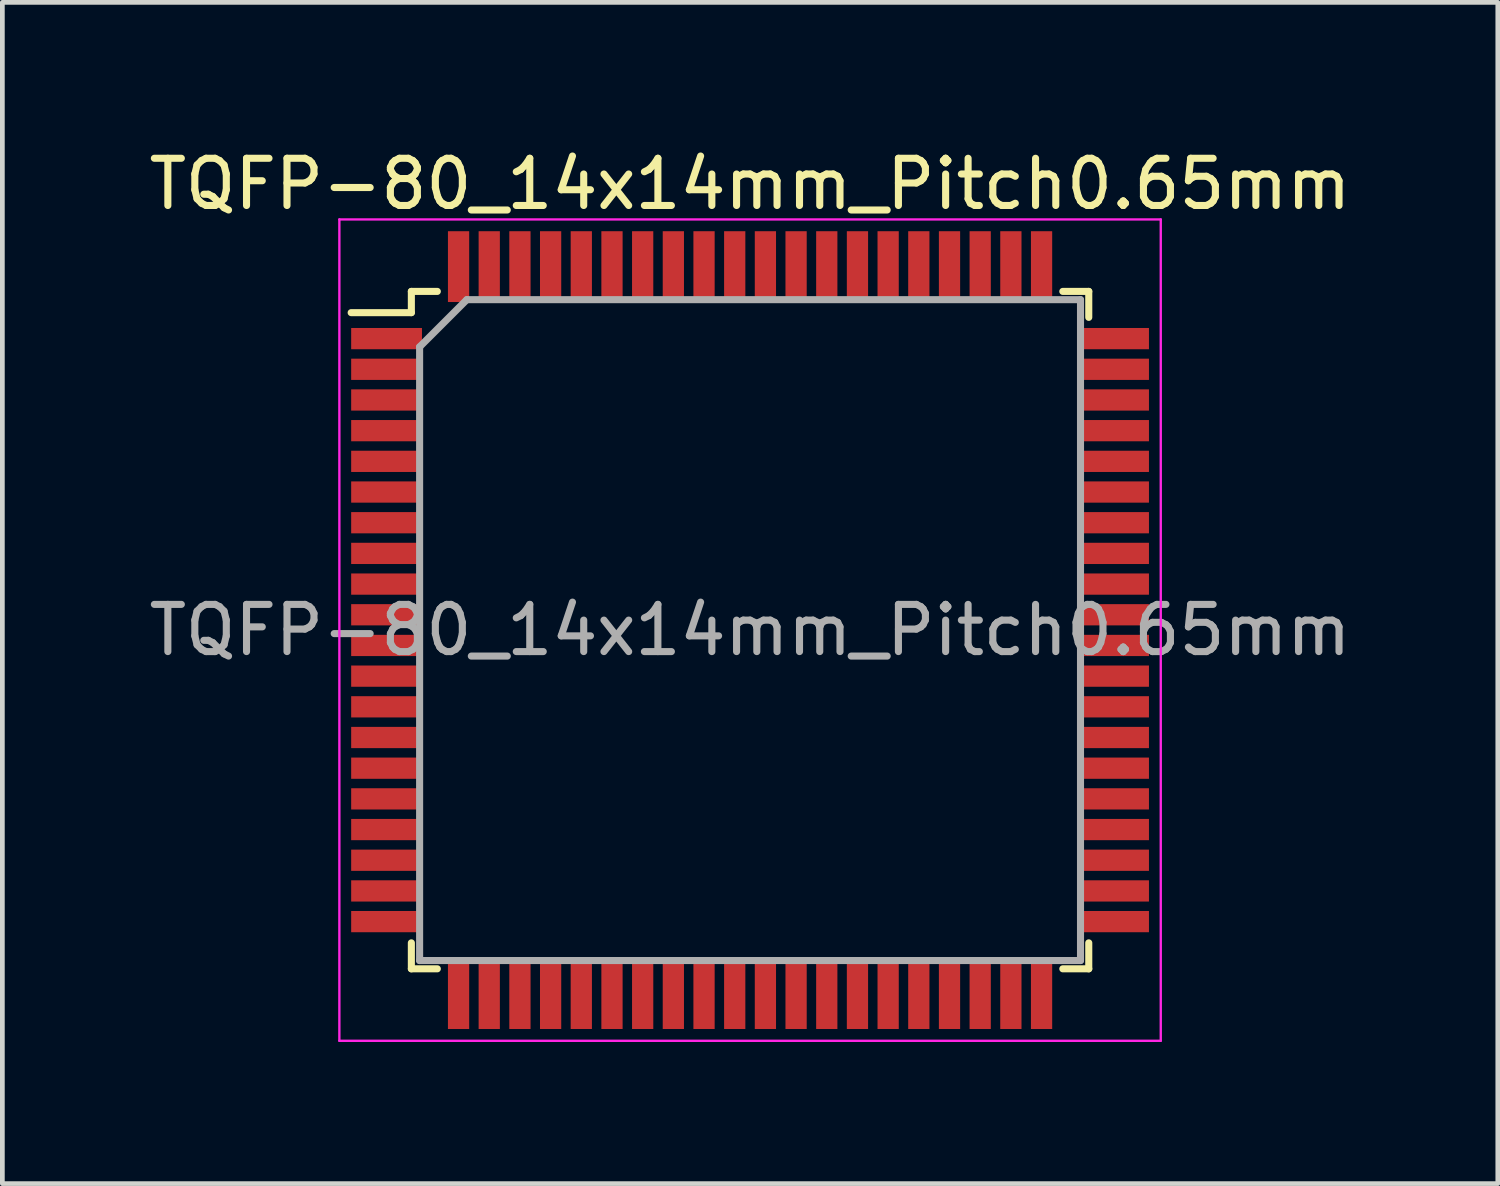
<source format=kicad_pcb>
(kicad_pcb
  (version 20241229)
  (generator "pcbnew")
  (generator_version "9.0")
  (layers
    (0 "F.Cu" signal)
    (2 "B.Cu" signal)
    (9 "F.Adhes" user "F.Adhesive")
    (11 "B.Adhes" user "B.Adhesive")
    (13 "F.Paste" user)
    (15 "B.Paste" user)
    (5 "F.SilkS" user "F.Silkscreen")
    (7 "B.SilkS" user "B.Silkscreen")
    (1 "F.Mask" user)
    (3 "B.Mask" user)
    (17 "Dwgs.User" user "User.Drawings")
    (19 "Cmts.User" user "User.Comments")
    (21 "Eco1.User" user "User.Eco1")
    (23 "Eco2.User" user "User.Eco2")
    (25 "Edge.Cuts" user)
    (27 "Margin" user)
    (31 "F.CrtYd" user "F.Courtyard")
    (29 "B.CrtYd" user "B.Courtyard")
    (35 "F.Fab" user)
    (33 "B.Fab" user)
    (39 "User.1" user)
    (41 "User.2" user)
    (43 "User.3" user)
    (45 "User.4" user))
  (footprint "TQFP-80_14x14mm_Pitch0.65mm"
    (layer "F.Cu")
    (at 12.839 10.298)
    (property "Reference" "TQFP-80_14x14mm_Pitch0.65mm" (at 0 -9.45 0) (layer "F.SilkS") (effects (font (size 1 1) (thickness 0.15))))
    (attr smd)
    (fp_line (start -7.175 -7.175) (end -7.175 -6.725) (stroke (width 0.15) (type solid)) (layer "F.SilkS"))
    (fp_line (start -7.175 -7.175) (end -6.625 -7.175) (stroke (width 0.15) (type solid)) (layer "F.SilkS"))
    (fp_line (start -7.175 -6.725) (end -8.45 -6.725) (stroke (width 0.15) (type solid)) (layer "F.SilkS"))
    (fp_line (start -7.175 7.175) (end -7.175 6.625) (stroke (width 0.15) (type solid)) (layer "F.SilkS"))
    (fp_line (start -7.175 7.175) (end -6.625 7.175) (stroke (width 0.15) (type solid)) (layer "F.SilkS"))
    (fp_line (start 7.175 -7.175) (end 6.625 -7.175) (stroke (width 0.15) (type solid)) (layer "F.SilkS"))
    (fp_line (start 7.175 -7.175) (end 7.175 -6.625) (stroke (width 0.15) (type solid)) (layer "F.SilkS"))
    (fp_line (start 7.175 7.175) (end 6.625 7.175) (stroke (width 0.15) (type solid)) (layer "F.SilkS"))
    (fp_line (start 7.175 7.175) (end 7.175 6.625) (stroke (width 0.15) (type solid)) (layer "F.SilkS"))
    (fp_line (start -8.7 -8.7) (end -8.7 8.7) (stroke (width 0.05) (type solid)) (layer "F.CrtYd"))
    (fp_line (start -8.7 -8.7) (end 8.7 -8.7) (stroke (width 0.05) (type solid)) (layer "F.CrtYd"))
    (fp_line (start -8.7 8.7) (end 8.7 8.7) (stroke (width 0.05) (type solid)) (layer "F.CrtYd"))
    (fp_line (start 8.7 -8.7) (end 8.7 8.7) (stroke (width 0.05) (type solid)) (layer "F.CrtYd"))
    (fp_line (start -7 -6) (end -6 -7) (stroke (width 0.15) (type solid)) (layer "F.Fab"))
    (fp_line (start -7 7) (end -7 -6) (stroke (width 0.15) (type solid)) (layer "F.Fab"))
    (fp_line (start -6 -7) (end 7 -7) (stroke (width 0.15) (type solid)) (layer "F.Fab"))
    (fp_line (start 7 -7) (end 7 7) (stroke (width 0.15) (type solid)) (layer "F.Fab"))
    (fp_line (start 7 7) (end -7 7) (stroke (width 0.15) (type solid)) (layer "F.Fab"))
    (fp_text user "${REFERENCE}" (at 0 0 0) (layer "F.Fab") (effects (font (size 1 1) (thickness 0.15))))
    (pad "1" smd rect (at -7.7 -6.175) (size 1.5 0.45) (layers "F.Cu" "F.Mask" "F.Paste"))
    (pad "2" smd rect (at -7.7 -5.525) (size 1.5 0.45) (layers "F.Cu" "F.Mask" "F.Paste"))
    (pad "3" smd rect (at -7.7 -4.875) (size 1.5 0.45) (layers "F.Cu" "F.Mask" "F.Paste"))
    (pad "4" smd rect (at -7.7 -4.225) (size 1.5 0.45) (layers "F.Cu" "F.Mask" "F.Paste"))
    (pad "5" smd rect (at -7.7 -3.575) (size 1.5 0.45) (layers "F.Cu" "F.Mask" "F.Paste"))
    (pad "6" smd rect (at -7.7 -2.925) (size 1.5 0.45) (layers "F.Cu" "F.Mask" "F.Paste"))
    (pad "7" smd rect (at -7.7 -2.275) (size 1.5 0.45) (layers "F.Cu" "F.Mask" "F.Paste"))
    (pad "8" smd rect (at -7.7 -1.625) (size 1.5 0.45) (layers "F.Cu" "F.Mask" "F.Paste"))
    (pad "9" smd rect (at -7.7 -0.975) (size 1.5 0.45) (layers "F.Cu" "F.Mask" "F.Paste"))
    (pad "10" smd rect (at -7.7 -0.325) (size 1.5 0.45) (layers "F.Cu" "F.Mask" "F.Paste"))
    (pad "11" smd rect (at -7.7 0.325) (size 1.5 0.45) (layers "F.Cu" "F.Mask" "F.Paste"))
    (pad "12" smd rect (at -7.7 0.975) (size 1.5 0.45) (layers "F.Cu" "F.Mask" "F.Paste"))
    (pad "13" smd rect (at -7.7 1.625) (size 1.5 0.45) (layers "F.Cu" "F.Mask" "F.Paste"))
    (pad "14" smd rect (at -7.7 2.275) (size 1.5 0.45) (layers "F.Cu" "F.Mask" "F.Paste"))
    (pad "15" smd rect (at -7.7 2.925) (size 1.5 0.45) (layers "F.Cu" "F.Mask" "F.Paste"))
    (pad "16" smd rect (at -7.7 3.575) (size 1.5 0.45) (layers "F.Cu" "F.Mask" "F.Paste"))
    (pad "17" smd rect (at -7.7 4.225) (size 1.5 0.45) (layers "F.Cu" "F.Mask" "F.Paste"))
    (pad "18" smd rect (at -7.7 4.875) (size 1.5 0.45) (layers "F.Cu" "F.Mask" "F.Paste"))
    (pad "19" smd rect (at -7.7 5.525) (size 1.5 0.45) (layers "F.Cu" "F.Mask" "F.Paste"))
    (pad "20" smd rect (at -7.7 6.175) (size 1.5 0.45) (layers "F.Cu" "F.Mask" "F.Paste"))
    (pad "21" smd rect (at -6.175 7.7 90) (size 1.5 0.45) (layers "F.Cu" "F.Mask" "F.Paste"))
    (pad "22" smd rect (at -5.525 7.7 90) (size 1.5 0.45) (layers "F.Cu" "F.Mask" "F.Paste"))
    (pad "23" smd rect (at -4.875 7.7 90) (size 1.5 0.45) (layers "F.Cu" "F.Mask" "F.Paste"))
    (pad "24" smd rect (at -4.225 7.7 90) (size 1.5 0.45) (layers "F.Cu" "F.Mask" "F.Paste"))
    (pad "25" smd rect (at -3.575 7.7 90) (size 1.5 0.45) (layers "F.Cu" "F.Mask" "F.Paste"))
    (pad "26" smd rect (at -2.925 7.7 90) (size 1.5 0.45) (layers "F.Cu" "F.Mask" "F.Paste"))
    (pad "27" smd rect (at -2.275 7.7 90) (size 1.5 0.45) (layers "F.Cu" "F.Mask" "F.Paste"))
    (pad "28" smd rect (at -1.625 7.7 90) (size 1.5 0.45) (layers "F.Cu" "F.Mask" "F.Paste"))
    (pad "29" smd rect (at -0.975 7.7 90) (size 1.5 0.45) (layers "F.Cu" "F.Mask" "F.Paste"))
    (pad "30" smd rect (at -0.325 7.7 90) (size 1.5 0.45) (layers "F.Cu" "F.Mask" "F.Paste"))
    (pad "31" smd rect (at 0.325 7.7 90) (size 1.5 0.45) (layers "F.Cu" "F.Mask" "F.Paste"))
    (pad "32" smd rect (at 0.975 7.7 90) (size 1.5 0.45) (layers "F.Cu" "F.Mask" "F.Paste"))
    (pad "33" smd rect (at 1.625 7.7 90) (size 1.5 0.45) (layers "F.Cu" "F.Mask" "F.Paste"))
    (pad "34" smd rect (at 2.275 7.7 90) (size 1.5 0.45) (layers "F.Cu" "F.Mask" "F.Paste"))
    (pad "35" smd rect (at 2.925 7.7 90) (size 1.5 0.45) (layers "F.Cu" "F.Mask" "F.Paste"))
    (pad "36" smd rect (at 3.575 7.7 90) (size 1.5 0.45) (layers "F.Cu" "F.Mask" "F.Paste"))
    (pad "37" smd rect (at 4.225 7.7 90) (size 1.5 0.45) (layers "F.Cu" "F.Mask" "F.Paste"))
    (pad "38" smd rect (at 4.875 7.7 90) (size 1.5 0.45) (layers "F.Cu" "F.Mask" "F.Paste"))
    (pad "39" smd rect (at 5.525 7.7 90) (size 1.5 0.45) (layers "F.Cu" "F.Mask" "F.Paste"))
    (pad "40" smd rect (at 6.175 7.7 90) (size 1.5 0.45) (layers "F.Cu" "F.Mask" "F.Paste"))
    (pad "41" smd rect (at 7.7 6.175) (size 1.5 0.45) (layers "F.Cu" "F.Mask" "F.Paste"))
    (pad "42" smd rect (at 7.7 5.525) (size 1.5 0.45) (layers "F.Cu" "F.Mask" "F.Paste"))
    (pad "43" smd rect (at 7.7 4.875) (size 1.5 0.45) (layers "F.Cu" "F.Mask" "F.Paste"))
    (pad "44" smd rect (at 7.7 4.225) (size 1.5 0.45) (layers "F.Cu" "F.Mask" "F.Paste"))
    (pad "45" smd rect (at 7.7 3.575) (size 1.5 0.45) (layers "F.Cu" "F.Mask" "F.Paste"))
    (pad "46" smd rect (at 7.7 2.925) (size 1.5 0.45) (layers "F.Cu" "F.Mask" "F.Paste"))
    (pad "47" smd rect (at 7.7 2.275) (size 1.5 0.45) (layers "F.Cu" "F.Mask" "F.Paste"))
    (pad "48" smd rect (at 7.7 1.625) (size 1.5 0.45) (layers "F.Cu" "F.Mask" "F.Paste"))
    (pad "49" smd rect (at 7.7 0.975) (size 1.5 0.45) (layers "F.Cu" "F.Mask" "F.Paste"))
    (pad "50" smd rect (at 7.7 0.325) (size 1.5 0.45) (layers "F.Cu" "F.Mask" "F.Paste"))
    (pad "51" smd rect (at 7.7 -0.325) (size 1.5 0.45) (layers "F.Cu" "F.Mask" "F.Paste"))
    (pad "52" smd rect (at 7.7 -0.975) (size 1.5 0.45) (layers "F.Cu" "F.Mask" "F.Paste"))
    (pad "53" smd rect (at 7.7 -1.625) (size 1.5 0.45) (layers "F.Cu" "F.Mask" "F.Paste"))
    (pad "54" smd rect (at 7.7 -2.275) (size 1.5 0.45) (layers "F.Cu" "F.Mask" "F.Paste"))
    (pad "55" smd rect (at 7.7 -2.925) (size 1.5 0.45) (layers "F.Cu" "F.Mask" "F.Paste"))
    (pad "56" smd rect (at 7.7 -3.575) (size 1.5 0.45) (layers "F.Cu" "F.Mask" "F.Paste"))
    (pad "57" smd rect (at 7.7 -4.225) (size 1.5 0.45) (layers "F.Cu" "F.Mask" "F.Paste"))
    (pad "58" smd rect (at 7.7 -4.875) (size 1.5 0.45) (layers "F.Cu" "F.Mask" "F.Paste"))
    (pad "59" smd rect (at 7.7 -5.525) (size 1.5 0.45) (layers "F.Cu" "F.Mask" "F.Paste"))
    (pad "60" smd rect (at 7.7 -6.175) (size 1.5 0.45) (layers "F.Cu" "F.Mask" "F.Paste"))
    (pad "61" smd rect (at 6.175 -7.7 90) (size 1.5 0.45) (layers "F.Cu" "F.Mask" "F.Paste"))
    (pad "62" smd rect (at 5.525 -7.7 90) (size 1.5 0.45) (layers "F.Cu" "F.Mask" "F.Paste"))
    (pad "63" smd rect (at 4.875 -7.7 90) (size 1.5 0.45) (layers "F.Cu" "F.Mask" "F.Paste"))
    (pad "64" smd rect (at 4.225 -7.7 90) (size 1.5 0.45) (layers "F.Cu" "F.Mask" "F.Paste"))
    (pad "65" smd rect (at 3.575 -7.7 90) (size 1.5 0.45) (layers "F.Cu" "F.Mask" "F.Paste"))
    (pad "66" smd rect (at 2.925 -7.7 90) (size 1.5 0.45) (layers "F.Cu" "F.Mask" "F.Paste"))
    (pad "67" smd rect (at 2.275 -7.7 90) (size 1.5 0.45) (layers "F.Cu" "F.Mask" "F.Paste"))
    (pad "68" smd rect (at 1.625 -7.7 90) (size 1.5 0.45) (layers "F.Cu" "F.Mask" "F.Paste"))
    (pad "69" smd rect (at 0.975 -7.7 90) (size 1.5 0.45) (layers "F.Cu" "F.Mask" "F.Paste"))
    (pad "70" smd rect (at 0.325 -7.7 90) (size 1.5 0.45) (layers "F.Cu" "F.Mask" "F.Paste"))
    (pad "71" smd rect (at -0.325 -7.7 90) (size 1.5 0.45) (layers "F.Cu" "F.Mask" "F.Paste"))
    (pad "72" smd rect (at -0.975 -7.7 90) (size 1.5 0.45) (layers "F.Cu" "F.Mask" "F.Paste"))
    (pad "73" smd rect (at -1.625 -7.7 90) (size 1.5 0.45) (layers "F.Cu" "F.Mask" "F.Paste"))
    (pad "74" smd rect (at -2.275 -7.7 90) (size 1.5 0.45) (layers "F.Cu" "F.Mask" "F.Paste"))
    (pad "75" smd rect (at -2.925 -7.7 90) (size 1.5 0.45) (layers "F.Cu" "F.Mask" "F.Paste"))
    (pad "76" smd rect (at -3.575 -7.7 90) (size 1.5 0.45) (layers "F.Cu" "F.Mask" "F.Paste"))
    (pad "77" smd rect (at -4.225 -7.7 90) (size 1.5 0.45) (layers "F.Cu" "F.Mask" "F.Paste"))
    (pad "78" smd rect (at -4.875 -7.7 90) (size 1.5 0.45) (layers "F.Cu" "F.Mask" "F.Paste"))
    (pad "79" smd rect (at -5.525 -7.7 90) (size 1.5 0.45) (layers "F.Cu" "F.Mask" "F.Paste"))
    (pad "80" smd rect (at -6.175 -7.7 90) (size 1.5 0.45) (layers "F.Cu" "F.Mask" "F.Paste")))
  (gr_rect
    (start -3 -3)
    (end 28.679 22.023)
    (stroke (width 0.1) (type default))
    (fill no)
    (layer "Edge.Cuts")))
</source>
